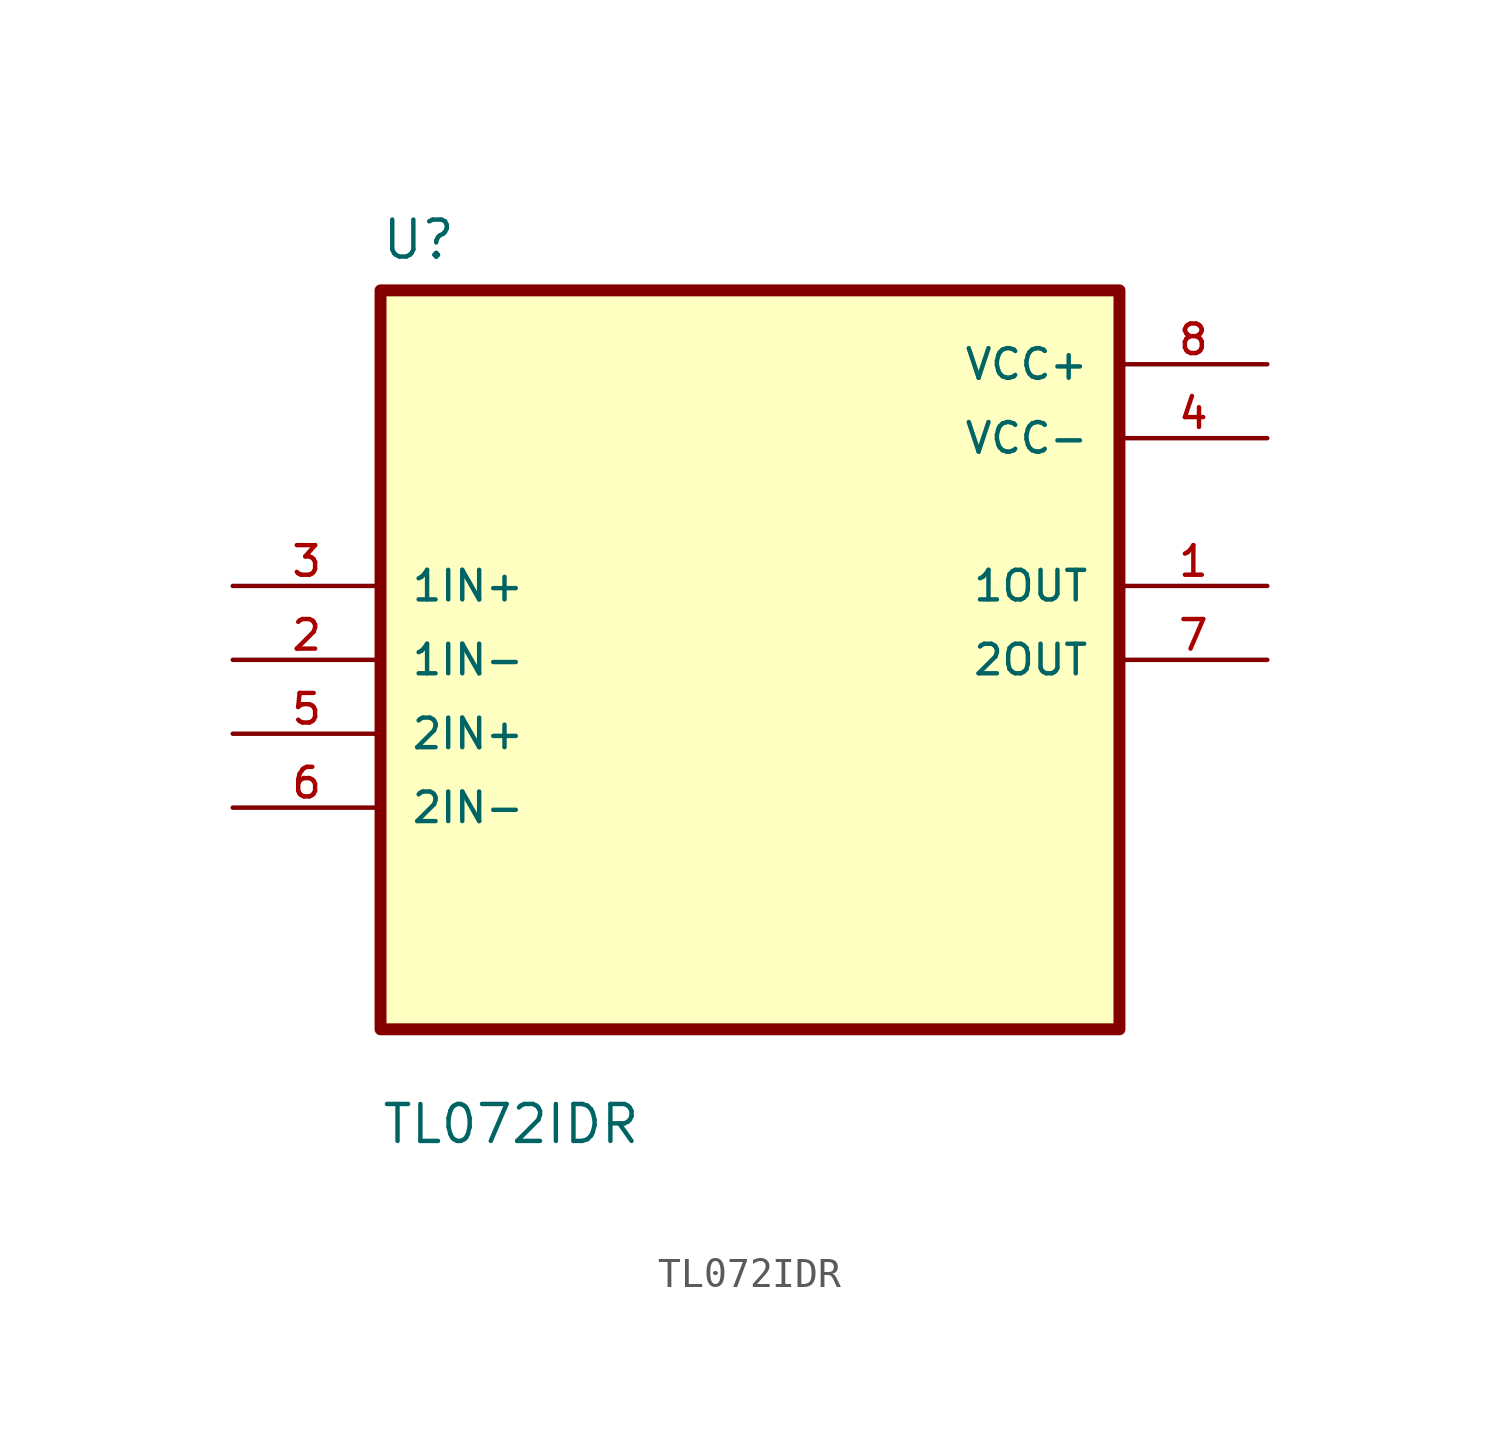
<source format=kicad_sym>
(kicad_symbol_lib
  (version 20211014)
  (generator kicad_symbol_editor)
  (symbol "TL072IDR"
    (pin_names
      (offset 1.016))
    (property "Reference" "U"
      (at -12.7 13.7 0.0)
      (effects (font (size 1.27 1.27)) (justify bottom left)))
    (property "Value" "TL072IDR"
      (at -12.7 -16.7 0.0)
      (effects (font (size 1.27 1.27)) (justify bottom left)))
    (symbol "TL072IDR_0_0"
      (rectangle (start -12.7 -12.7) (end 12.7 12.7) (stroke (width 0.41)) (fill (type background)))
      (pin input line (at -17.78 2.54 0) (length 5.08) (name "1IN+" (effects (font (size 1.016 1.016)))) (number "3" (effects (font (size 1.016 1.016)))))
      (pin input line (at -17.78 -8.88178e-16 0) (length 5.08) (name "1IN-" (effects (font (size 1.016 1.016)))) (number "2" (effects (font (size 1.016 1.016)))))
      (pin input line (at -17.78 -2.54 0) (length 5.08) (name "2IN+" (effects (font (size 1.016 1.016)))) (number "5" (effects (font (size 1.016 1.016)))))
      (pin input line (at -17.78 -5.08 0) (length 5.08) (name "2IN-" (effects (font (size 1.016 1.016)))) (number "6" (effects (font (size 1.016 1.016)))))
      (pin power_in line (at 17.78 10.16 180.0) (length 5.08) (name "VCC+" (effects (font (size 1.016 1.016)))) (number "8" (effects (font (size 1.016 1.016)))))
      (pin power_in line (at 17.78 7.62 180.0) (length 5.08) (name "VCC-" (effects (font (size 1.016 1.016)))) (number "4" (effects (font (size 1.016 1.016)))))
      (pin output line (at 17.78 2.54 180.0) (length 5.08) (name "1OUT" (effects (font (size 1.016 1.016)))) (number "1" (effects (font (size 1.016 1.016)))))
      (pin output line (at 17.78 0.0 180.0) (length 5.08) (name "2OUT" (effects (font (size 1.016 1.016)))) (number "7" (effects (font (size 1.016 1.016))))))))
</source>
